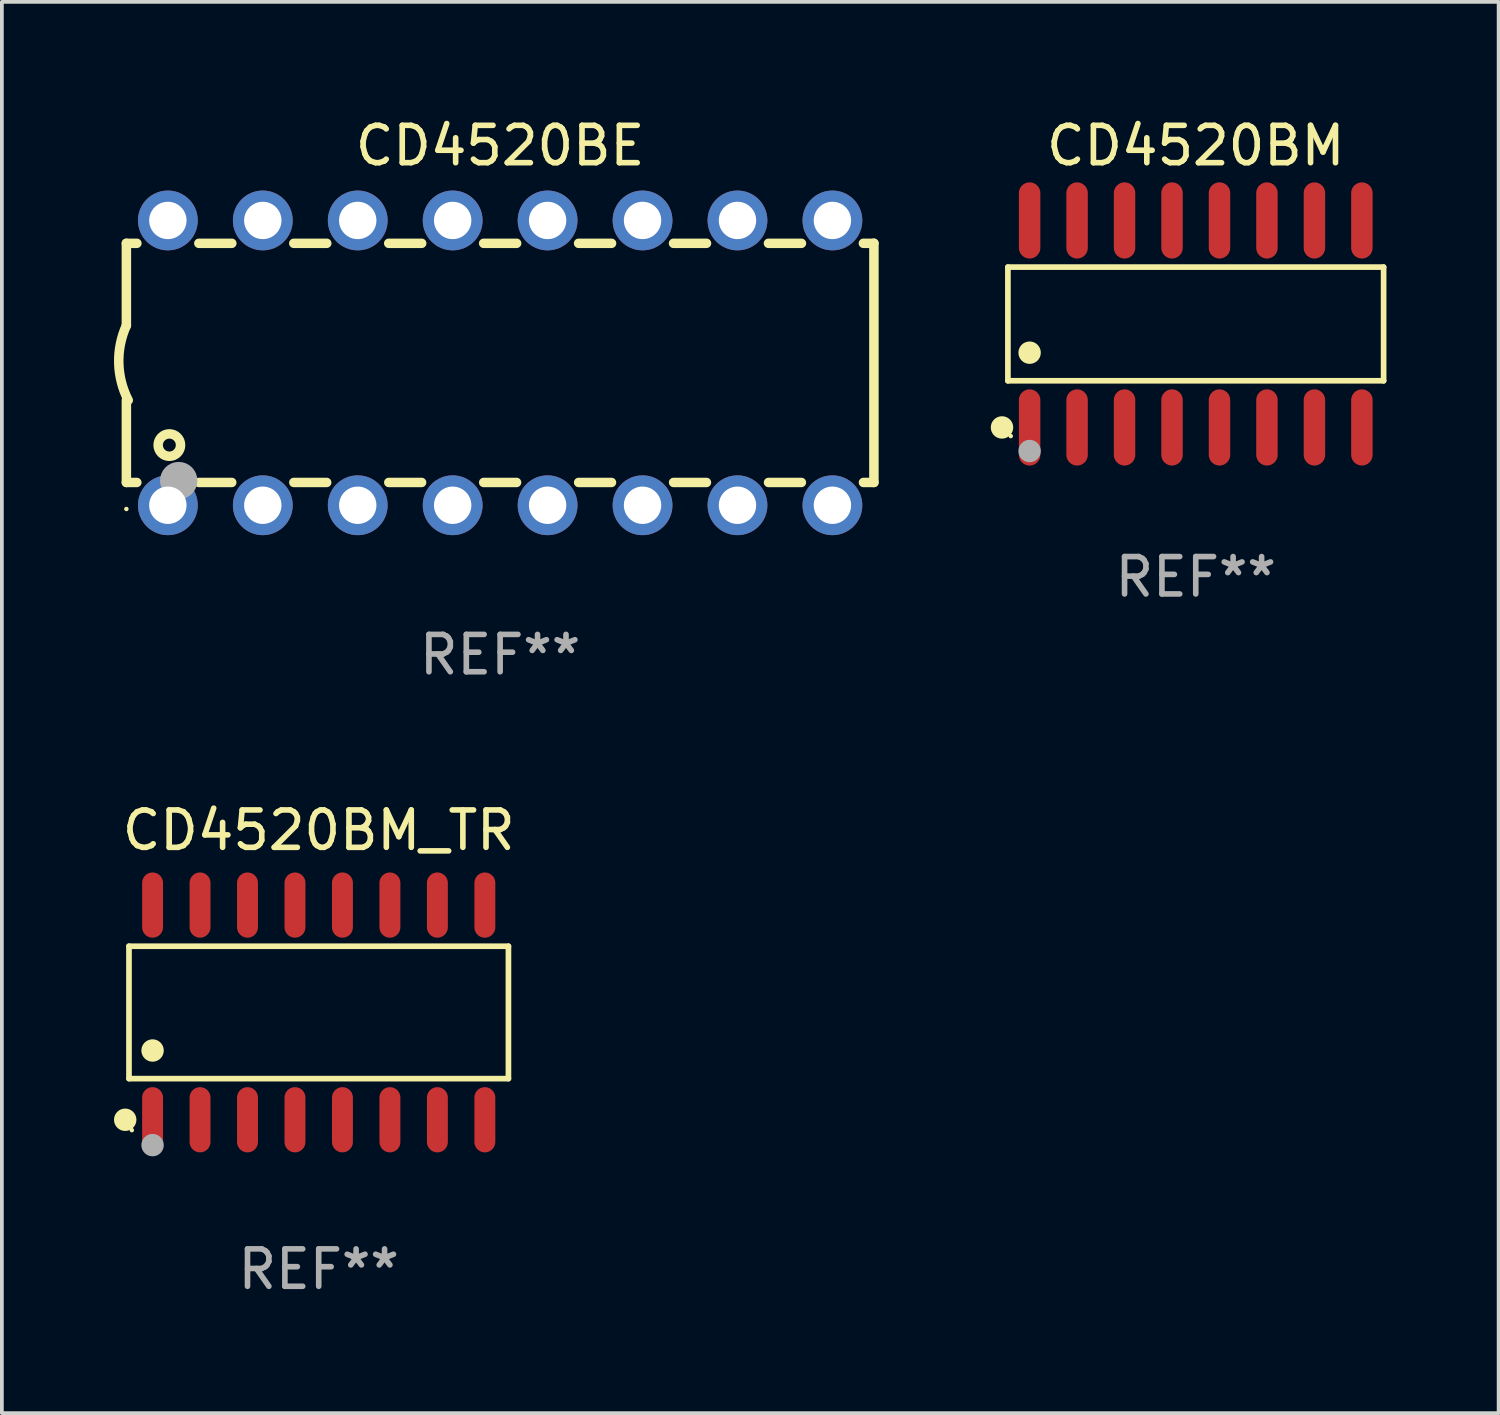
<source format=kicad_pcb>
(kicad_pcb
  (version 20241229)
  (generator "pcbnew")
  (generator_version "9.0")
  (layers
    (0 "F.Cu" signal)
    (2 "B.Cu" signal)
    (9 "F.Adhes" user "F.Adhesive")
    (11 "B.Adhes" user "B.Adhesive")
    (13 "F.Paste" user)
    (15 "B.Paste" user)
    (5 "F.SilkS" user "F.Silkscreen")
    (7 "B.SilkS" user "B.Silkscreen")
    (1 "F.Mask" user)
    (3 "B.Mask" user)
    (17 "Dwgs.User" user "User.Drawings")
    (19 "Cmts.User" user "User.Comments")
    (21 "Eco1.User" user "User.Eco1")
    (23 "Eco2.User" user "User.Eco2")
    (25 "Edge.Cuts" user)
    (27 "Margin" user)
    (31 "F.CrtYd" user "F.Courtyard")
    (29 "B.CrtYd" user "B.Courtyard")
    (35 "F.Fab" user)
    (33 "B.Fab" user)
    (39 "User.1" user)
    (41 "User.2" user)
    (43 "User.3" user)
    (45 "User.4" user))
  (footprint "CD4520BM"
    (layer "F.Cu")
    (at 28.942 5.617)
    (property "Reference" "CD4520BM" (at 0 -4.769 0) (layer "F.SilkS") (effects (font (size 1 1) (thickness 0.15))))
    (attr through_hole)
    (fp_line (start -5.026 -1.521) (end 5.026 -1.521) (stroke (width 0.152) (type solid)) (layer "F.SilkS"))
    (fp_line (start -5.026 1.521) (end -5.026 -1.521) (stroke (width 0.152) (type solid)) (layer "F.SilkS"))
    (fp_line (start 5.026 -1.521) (end 5.026 1.521) (stroke (width 0.152) (type solid)) (layer "F.SilkS"))
    (fp_line (start 5.026 1.521) (end -5.026 1.521) (stroke (width 0.152) (type solid)) (layer "F.SilkS"))
    (fp_circle (center -5.184 2.769) (end -5.034 2.769) (stroke (width 0.3) (type solid)) (fill no) (layer "F.SilkS"))
    (fp_circle (center -4.95 3) (end -4.92 3) (stroke (width 0.06) (type solid)) (fill no) (layer "F.SilkS"))
    (fp_circle (center -4.445 0.769) (end -4.295 0.769) (stroke (width 0.3) (type solid)) (fill no) (layer "F.SilkS"))
    (fp_circle (center -4.445 3.4) (end -4.295 3.4) (stroke (width 0.3) (type solid)) (fill no) (layer "F.Fab"))
    (fp_text user "REF**" (at 0 6.769 0) (layer "F.Fab") (effects (font (size 1 1) (thickness 0.15))))
    (pad "1" smd oval (at -4.445 2.769) (size 0.574 2.038) (layers "F.Cu" "F.Mask" "F.Paste"))
    (pad "2" smd oval (at -3.175 2.769) (size 0.574 2.038) (layers "F.Cu" "F.Mask" "F.Paste"))
    (pad "3" smd oval (at -1.905 2.769) (size 0.574 2.038) (layers "F.Cu" "F.Mask" "F.Paste"))
    (pad "4" smd oval (at -0.635 2.769) (size 0.574 2.038) (layers "F.Cu" "F.Mask" "F.Paste"))
    (pad "5" smd oval (at 0.635 2.769) (size 0.574 2.038) (layers "F.Cu" "F.Mask" "F.Paste"))
    (pad "6" smd oval (at 1.905 2.769) (size 0.574 2.038) (layers "F.Cu" "F.Mask" "F.Paste"))
    (pad "7" smd oval (at 3.175 2.769) (size 0.574 2.038) (layers "F.Cu" "F.Mask" "F.Paste"))
    (pad "8" smd oval (at 4.445 2.769) (size 0.574 2.038) (layers "F.Cu" "F.Mask" "F.Paste"))
    (pad "9" smd oval (at 4.445 -2.769) (size 0.574 2.038) (layers "F.Cu" "F.Mask" "F.Paste"))
    (pad "10" smd oval (at 3.175 -2.769) (size 0.574 2.038) (layers "F.Cu" "F.Mask" "F.Paste"))
    (pad "11" smd oval (at 1.905 -2.769) (size 0.574 2.038) (layers "F.Cu" "F.Mask" "F.Paste"))
    (pad "12" smd oval (at 0.635 -2.769) (size 0.574 2.038) (layers "F.Cu" "F.Mask" "F.Paste"))
    (pad "13" smd oval (at -0.635 -2.769) (size 0.574 2.038) (layers "F.Cu" "F.Mask" "F.Paste"))
    (pad "14" smd oval (at -1.905 -2.769) (size 0.574 2.038) (layers "F.Cu" "F.Mask" "F.Paste"))
    (pad "15" smd oval (at -3.175 -2.769) (size 0.574 2.038) (layers "F.Cu" "F.Mask" "F.Paste"))
    (pad "16" smd oval (at -4.445 -2.769) (size 0.574 2.038) (layers "F.Cu" "F.Mask" "F.Paste")))
  (footprint "CD4520BM_TR"
    (layer "F.Cu")
    (at 5.477 24.037)
    (property "Reference" "CD4520BM_TR" (at 0 -4.872 0) (layer "F.SilkS") (effects (font (size 1 1) (thickness 0.15))))
    (attr through_hole)
    (fp_line (start -5.076 -1.771) (end 5.076 -1.771) (stroke (width 0.152) (type solid)) (layer "F.SilkS"))
    (fp_line (start -5.076 1.771) (end -5.076 -1.771) (stroke (width 0.152) (type solid)) (layer "F.SilkS"))
    (fp_line (start 5.076 -1.771) (end 5.076 1.771) (stroke (width 0.152) (type solid)) (layer "F.SilkS"))
    (fp_line (start 5.076 1.771) (end -5.076 1.771) (stroke (width 0.152) (type solid)) (layer "F.SilkS"))
    (fp_circle (center -5.177 2.872) (end -5.027 2.872) (stroke (width 0.3) (type solid)) (fill no) (layer "F.SilkS"))
    (fp_circle (center -5 3.15) (end -4.97 3.15) (stroke (width 0.06) (type solid)) (fill no) (layer "F.SilkS"))
    (fp_circle (center -4.445 1.019) (end -4.295 1.019) (stroke (width 0.3) (type solid)) (fill no) (layer "F.SilkS"))
    (fp_circle (center -4.445 3.55) (end -4.295 3.55) (stroke (width 0.3) (type solid)) (fill no) (layer "F.Fab"))
    (fp_text user "REF**" (at 0 6.872 0) (layer "F.Fab") (effects (font (size 1 1) (thickness 0.15))))
    (pad "1" smd oval (at -4.445 2.872) (size 0.56 1.745) (layers "F.Cu" "F.Mask" "F.Paste"))
    (pad "2" smd oval (at -3.175 2.872) (size 0.56 1.745) (layers "F.Cu" "F.Mask" "F.Paste"))
    (pad "3" smd oval (at -1.905 2.872) (size 0.56 1.745) (layers "F.Cu" "F.Mask" "F.Paste"))
    (pad "4" smd oval (at -0.635 2.872) (size 0.56 1.745) (layers "F.Cu" "F.Mask" "F.Paste"))
    (pad "5" smd oval (at 0.635 2.872) (size 0.56 1.745) (layers "F.Cu" "F.Mask" "F.Paste"))
    (pad "6" smd oval (at 1.905 2.872) (size 0.56 1.745) (layers "F.Cu" "F.Mask" "F.Paste"))
    (pad "7" smd oval (at 3.175 2.872) (size 0.56 1.745) (layers "F.Cu" "F.Mask" "F.Paste"))
    (pad "8" smd oval (at 4.445 2.872) (size 0.56 1.745) (layers "F.Cu" "F.Mask" "F.Paste"))
    (pad "9" smd oval (at 4.445 -2.872) (size 0.56 1.745) (layers "F.Cu" "F.Mask" "F.Paste"))
    (pad "10" smd oval (at 3.175 -2.872) (size 0.56 1.745) (layers "F.Cu" "F.Mask" "F.Paste"))
    (pad "11" smd oval (at 1.905 -2.872) (size 0.56 1.745) (layers "F.Cu" "F.Mask" "F.Paste"))
    (pad "12" smd oval (at 0.635 -2.872) (size 0.56 1.745) (layers "F.Cu" "F.Mask" "F.Paste"))
    (pad "13" smd oval (at -0.635 -2.872) (size 0.56 1.745) (layers "F.Cu" "F.Mask" "F.Paste"))
    (pad "14" smd oval (at -1.905 -2.872) (size 0.56 1.745) (layers "F.Cu" "F.Mask" "F.Paste"))
    (pad "15" smd oval (at -3.175 -2.872) (size 0.56 1.745) (layers "F.Cu" "F.Mask" "F.Paste"))
    (pad "16" smd oval (at -4.445 -2.872) (size 0.56 1.745) (layers "F.Cu" "F.Mask" "F.Paste")))
  (footprint "CD4520BE"
    (layer "F.Cu")
    (at 10.331 6.658)
    (property "Reference" "CD4520BE" (at 0 -5.81 0) (layer "F.SilkS") (effects (font (size 1 1) (thickness 0.15))))
    (attr through_hole)
    (fp_line (start -10 -3.198) (end -9.719 -3.198) (stroke (width 0.254) (type solid)) (layer "F.SilkS"))
    (fp_line (start -10 -0.998) (end -10 -3.198) (stroke (width 0.254) (type solid)) (layer "F.SilkS"))
    (fp_line (start -10 3.2) (end -10 1) (stroke (width 0.254) (type solid)) (layer "F.SilkS"))
    (fp_line (start -10 3.2) (end -9.721 3.2) (stroke (width 0.254) (type solid)) (layer "F.SilkS"))
    (fp_line (start -8.061 -3.198) (end -7.179 -3.198) (stroke (width 0.254) (type solid)) (layer "F.SilkS"))
    (fp_line (start -8.059 3.2) (end -7.181 3.2) (stroke (width 0.254) (type solid)) (layer "F.SilkS"))
    (fp_line (start -5.521 -3.198) (end -4.639 -3.198) (stroke (width 0.254) (type solid)) (layer "F.SilkS"))
    (fp_line (start -5.519 3.2) (end -4.641 3.2) (stroke (width 0.254) (type solid)) (layer "F.SilkS"))
    (fp_line (start -2.981 -3.198) (end -2.099 -3.198) (stroke (width 0.254) (type solid)) (layer "F.SilkS"))
    (fp_line (start -2.979 3.2) (end -2.101 3.2) (stroke (width 0.254) (type solid)) (layer "F.SilkS"))
    (fp_line (start -0.441 -3.198) (end 0.441 -3.198) (stroke (width 0.254) (type solid)) (layer "F.SilkS"))
    (fp_line (start -0.439 3.2) (end 0.439 3.2) (stroke (width 0.254) (type solid)) (layer "F.SilkS"))
    (fp_line (start 2.099 -3.198) (end 2.981 -3.198) (stroke (width 0.254) (type solid)) (layer "F.SilkS"))
    (fp_line (start 2.101 3.2) (end 2.979 3.2) (stroke (width 0.254) (type solid)) (layer "F.SilkS"))
    (fp_line (start 4.639 -3.198) (end 5.521 -3.198) (stroke (width 0.254) (type solid)) (layer "F.SilkS"))
    (fp_line (start 4.641 3.2) (end 5.519 3.2) (stroke (width 0.254) (type solid)) (layer "F.SilkS"))
    (fp_line (start 7.179 -3.198) (end 8.061 -3.198) (stroke (width 0.254) (type solid)) (layer "F.SilkS"))
    (fp_line (start 7.181 3.2) (end 8.059 3.2) (stroke (width 0.254) (type solid)) (layer "F.SilkS"))
    (fp_line (start 9.719 -3.198) (end 10 -3.198) (stroke (width 0.254) (type solid)) (layer "F.SilkS"))
    (fp_line (start 9.721 3.2) (end 10 3.2) (stroke (width 0.254) (type solid)) (layer "F.SilkS"))
    (fp_line (start 10 3.2) (end 10 -3.2) (stroke (width 0.254) (type solid)) (layer "F.SilkS"))
    (fp_arc (start -9.949962 1) (mid -10.203153 0.005709) (end -10 -1) (stroke (width 0.254001) (type solid)) (layer "F.SilkS"))
    (fp_circle (center -10 3.91) (end -9.97 3.91) (stroke (width 0.06) (type solid)) (fill no) (layer "F.SilkS"))
    (fp_circle (center -8.85 2.2) (end -8.55 2.2) (stroke (width 0.254) (type solid)) (fill no) (layer "F.SilkS"))
    (fp_circle (center -8.6 3.15) (end -8.35 3.15) (stroke (width 0.5) (type solid)) (fill no) (layer "F.Fab"))
    (fp_text user "REF**" (at 0 7.81 0) (layer "F.Fab") (effects (font (size 1 1) (thickness 0.15))))
    (pad "1" thru_hole circle (at -8.89 3.81) (size 1.6 1.6) (drill 1) (layers "*.Cu" "*.Mask"))
    (pad "2" thru_hole circle (at -6.35 3.81) (size 1.6 1.6) (drill 1) (layers "*.Cu" "*.Mask"))
    (pad "3" thru_hole circle (at -3.81 3.81) (size 1.6 1.6) (drill 1) (layers "*.Cu" "*.Mask"))
    (pad "4" thru_hole circle (at -1.27 3.81) (size 1.6 1.6) (drill 1) (layers "*.Cu" "*.Mask"))
    (pad "5" thru_hole circle (at 1.27 3.81) (size 1.6 1.6) (drill 1) (layers "*.Cu" "*.Mask"))
    (pad "6" thru_hole circle (at 3.81 3.81) (size 1.6 1.6) (drill 1) (layers "*.Cu" "*.Mask"))
    (pad "7" thru_hole circle (at 6.35 3.81) (size 1.6 1.6) (drill 1) (layers "*.Cu" "*.Mask"))
    (pad "8" thru_hole circle (at 8.89 3.81) (size 1.6 1.6) (drill 1) (layers "*.Cu" "*.Mask"))
    (pad "9" thru_hole circle (at 8.89 -3.81) (size 1.6 1.6) (drill 1) (layers "*.Cu" "*.Mask"))
    (pad "10" thru_hole circle (at 6.35 -3.81) (size 1.6 1.6) (drill 1) (layers "*.Cu" "*.Mask"))
    (pad "11" thru_hole circle (at 3.81 -3.81) (size 1.6 1.6) (drill 1) (layers "*.Cu" "*.Mask"))
    (pad "12" thru_hole circle (at 1.27 -3.81) (size 1.6 1.6) (drill 1) (layers "*.Cu" "*.Mask"))
    (pad "13" thru_hole circle (at -1.27 -3.81) (size 1.6 1.6) (drill 1) (layers "*.Cu" "*.Mask"))
    (pad "14" thru_hole circle (at -3.81 -3.81) (size 1.6 1.6) (drill 1) (layers "*.Cu" "*.Mask"))
    (pad "15" thru_hole circle (at -6.35 -3.81) (size 1.6 1.6) (drill 1) (layers "*.Cu" "*.Mask"))
    (pad "16" thru_hole circle (at -8.89 -3.81) (size 1.6 1.6) (drill 1) (layers "*.Cu" "*.Mask")))
  (gr_rect
    (start -3 -3)
    (end 37.045 34.758)
    (stroke (width 0.1) (type default))
    (fill no)
    (layer "Edge.Cuts")))
</source>
